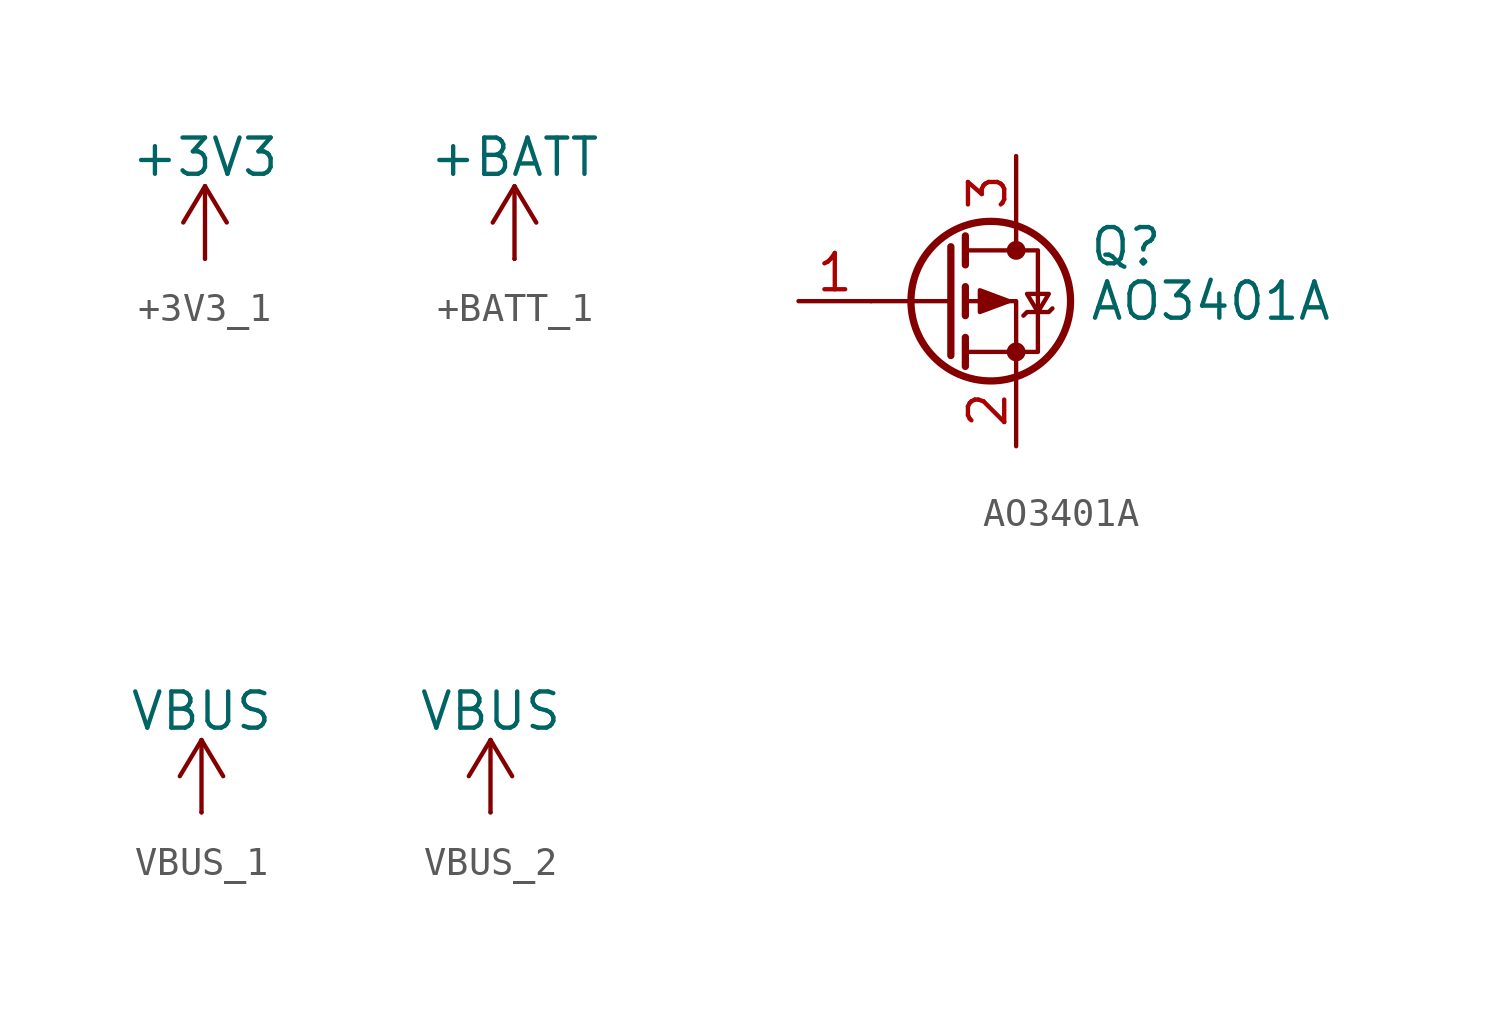
<source format=kicad_sym>
(kicad_symbol_lib
  (version 20231120)
  (generator "kicad_symbol_editor")
  (generator_version "8.0")
  (symbol "+3V3_1"
    (power)
    (pin_numbers hide)
    (pin_names
      (offset 0) hide)
    (property "Reference" "#PWR"
      (at 0 -3.81 0)
      (effects (font (size 1.27 1.27)) (hide yes)))
    (property "Value" "+3V3"
      (at 0 3.556 0)
      (effects (font (size 1.27 1.27))))
    (symbol "+3V3_1_0_1"
      (polyline (pts (xy -0.762 1.27) (xy 0 2.54)) (stroke (width 0) (type default)) (fill (type none)))
      (polyline (pts (xy 0 0) (xy 0 2.54)) (stroke (width 0) (type default)) (fill (type none)))
      (polyline (pts (xy 0 2.54) (xy 0.762 1.27)) (stroke (width 0) (type default)) (fill (type none))))
    (symbol "+3V3_1_1_1"
      (pin power_in line (at 0 0 90) (length 0) (name "~" (effects (font (size 1.27 1.27)))) (number "1" (effects (font (size 1.27 1.27)))))))
  (symbol "+BATT_1"
    (power)
    (pin_numbers hide)
    (pin_names
      (offset 0) hide)
    (property "Reference" "#PWR"
      (at 0 -3.81 0)
      (effects (font (size 1.27 1.27)) (hide yes)))
    (property "Value" "+BATT"
      (at 0 3.556 0)
      (effects (font (size 1.27 1.27))))
    (symbol "+BATT_1_0_1"
      (polyline (pts (xy -0.762 1.27) (xy 0 2.54)) (stroke (width 0) (type default)) (fill (type none)))
      (polyline (pts (xy 0 0) (xy 0 2.54)) (stroke (width 0) (type default)) (fill (type none)))
      (polyline (pts (xy 0 2.54) (xy 0.762 1.27)) (stroke (width 0) (type default)) (fill (type none))))
    (symbol "+BATT_1_1_1"
      (pin power_in line (at 0 0 90) (length 0) (name "~" (effects (font (size 1.27 1.27)))) (number "1" (effects (font (size 1.27 1.27)))))))
  (symbol "AO3401A"
    (pin_names hide)
    (property "Reference" "Q"
      (at 5.08 1.905 0)
      (effects (font (size 1.27 1.27)) (justify left)))
    (property "Value" "AO3401A"
      (at 5.08 0 0)
      (effects (font (size 1.27 1.27)) (justify left)))
    (symbol "AO3401A_0_1"
      (polyline (pts (xy 0.254 0) (xy -2.54 0)) (stroke (width 0) (type default)) (fill (type none)))
      (polyline (pts (xy 0.254 1.905) (xy 0.254 -1.905)) (stroke (width 0.254) (type default)) (fill (type none)))
      (polyline (pts (xy 0.762 -1.27) (xy 0.762 -2.286)) (stroke (width 0.254) (type default)) (fill (type none)))
      (polyline (pts (xy 0.762 0.508) (xy 0.762 -0.508)) (stroke (width 0.254) (type default)) (fill (type none)))
      (polyline (pts (xy 0.762 2.286) (xy 0.762 1.27)) (stroke (width 0.254) (type default)) (fill (type none)))
      (polyline (pts (xy 2.54 2.54) (xy 2.54 1.778)) (stroke (width 0) (type default)) (fill (type none)))
      (polyline (pts (xy 2.54 -2.54) (xy 2.54 0) (xy 0.762 0)) (stroke (width 0) (type default)) (fill (type none)))
      (polyline (pts (xy 0.762 1.778) (xy 3.302 1.778) (xy 3.302 -1.778) (xy 0.762 -1.778)) (stroke (width 0) (type default)) (fill (type none)))
      (polyline (pts (xy 2.286 0) (xy 1.27 0.381) (xy 1.27 -0.381) (xy 2.286 0)) (stroke (width 0) (type default)) (fill (type outline)))
      (polyline (pts (xy 2.794 -0.508) (xy 2.921 -0.381) (xy 3.683 -0.381) (xy 3.81 -0.254)) (stroke (width 0) (type default)) (fill (type none)))
      (polyline (pts (xy 3.302 -0.381) (xy 2.921 0.254) (xy 3.683 0.254) (xy 3.302 -0.381)) (stroke (width 0) (type default)) (fill (type none)))
      (circle (center 1.651 0) (radius 2.794) (stroke (width 0.254) (type default)) (fill (type none)))
      (circle (center 2.54 -1.778) (radius 0.254) (stroke (width 0) (type default)) (fill (type outline)))
      (circle (center 2.54 1.778) (radius 0.254) (stroke (width 0) (type default)) (fill (type outline))))
    (symbol "AO3401A_1_1"
      (pin input line (at -5.08 0 0) (length 2.54) (name "G" (effects (font (size 1.27 1.27)))) (number "1" (effects (font (size 1.27 1.27)))))
      (pin passive line (at 2.54 -5.08 90) (length 2.54) (name "S" (effects (font (size 1.27 1.27)))) (number "2" (effects (font (size 1.27 1.27)))))
      (pin passive line (at 2.54 5.08 270) (length 2.54) (name "D" (effects (font (size 1.27 1.27)))) (number "3" (effects (font (size 1.27 1.27)))))))
  (symbol "VBUS_1"
    (power)
    (pin_numbers hide)
    (pin_names
      (offset 0) hide)
    (property "Reference" "#PWR"
      (at 0 -3.81 0)
      (effects (font (size 1.27 1.27)) (hide yes)))
    (property "Value" "VBUS"
      (at 0 3.556 0)
      (effects (font (size 1.27 1.27))))
    (symbol "VBUS_1_0_1"
      (polyline (pts (xy -0.762 1.27) (xy 0 2.54)) (stroke (width 0) (type default)) (fill (type none)))
      (polyline (pts (xy 0 0) (xy 0 2.54)) (stroke (width 0) (type default)) (fill (type none)))
      (polyline (pts (xy 0 2.54) (xy 0.762 1.27)) (stroke (width 0) (type default)) (fill (type none))))
    (symbol "VBUS_1_1_1"
      (pin power_in line (at 0 0 90) (length 0) (name "~" (effects (font (size 1.27 1.27)))) (number "1" (effects (font (size 1.27 1.27)))))))
  (symbol "VBUS_2"
    (power)
    (pin_numbers hide)
    (pin_names
      (offset 0) hide)
    (property "Reference" "#PWR"
      (at 0 -3.81 0)
      (effects (font (size 1.27 1.27)) (hide yes)))
    (property "Value" "VBUS"
      (at 0 3.556 0)
      (effects (font (size 1.27 1.27))))
    (symbol "VBUS_2_0_1"
      (polyline (pts (xy -0.762 1.27) (xy 0 2.54)) (stroke (width 0) (type default)) (fill (type none)))
      (polyline (pts (xy 0 0) (xy 0 2.54)) (stroke (width 0) (type default)) (fill (type none)))
      (polyline (pts (xy 0 2.54) (xy 0.762 1.27)) (stroke (width 0) (type default)) (fill (type none))))
    (symbol "VBUS_2_1_1"
      (pin power_in line (at 0 0 90) (length 0) (name "~" (effects (font (size 1.27 1.27)))) (number "1" (effects (font (size 1.27 1.27))))))))
</source>
